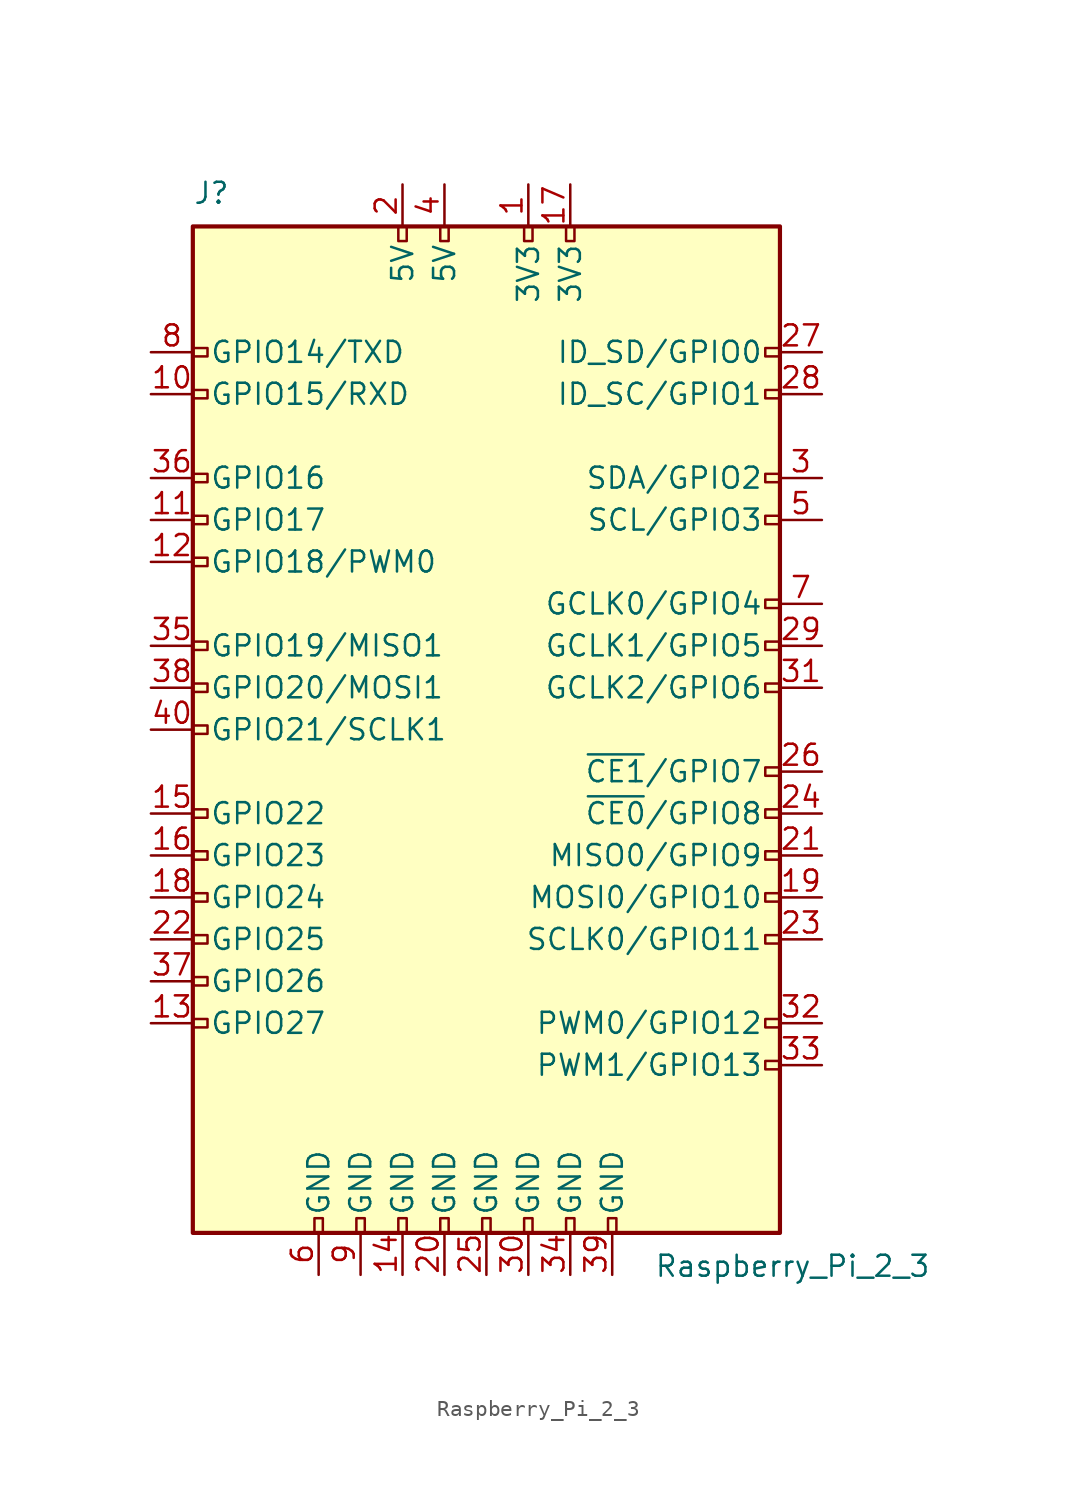
<source format=kicad_sym>
(kicad_symbol_lib
  (version 20211014)
  (generator kicad_symbol_editor)
  (symbol "muonpi-kicad-library:Raspberry_Pi_2_3"
    (pin_names
      (offset 1.016))
    (property "Reference" "J"
      (at -17.78 31.75 0)
      (effects (font (size 1.27 1.27)) (justify left bottom)))
    (property "Value" "Raspberry_Pi_2_3"
      (at 10.16 -31.75 0)
      (effects (font (size 1.27 1.27)) (justify left top)))
    (symbol "Raspberry_Pi_2_3_0_1"
      (rectangle (start -17.78 30.48) (end 17.78 -30.48) (stroke (width 0.254) (type default) (color 0 0 0 0)) (fill (type background))))
    (symbol "Raspberry_Pi_2_3_1_1"
      (rectangle (start -16.891 -17.526) (end -17.78 -18.034) (stroke (width 0) (type default) (color 0 0 0 0)) (fill (type none)))
      (rectangle (start -16.891 -14.986) (end -17.78 -15.494) (stroke (width 0) (type default) (color 0 0 0 0)) (fill (type none)))
      (rectangle (start -16.891 -12.446) (end -17.78 -12.954) (stroke (width 0) (type default) (color 0 0 0 0)) (fill (type none)))
      (rectangle (start -16.891 -9.906) (end -17.78 -10.414) (stroke (width 0) (type default) (color 0 0 0 0)) (fill (type none)))
      (rectangle (start -16.891 -7.366) (end -17.78 -7.874) (stroke (width 0) (type default) (color 0 0 0 0)) (fill (type none)))
      (rectangle (start -16.891 -4.826) (end -17.78 -5.334) (stroke (width 0) (type default) (color 0 0 0 0)) (fill (type none)))
      (rectangle (start -16.891 0.254) (end -17.78 -0.254) (stroke (width 0) (type default) (color 0 0 0 0)) (fill (type none)))
      (rectangle (start -16.891 2.794) (end -17.78 2.286) (stroke (width 0) (type default) (color 0 0 0 0)) (fill (type none)))
      (rectangle (start -16.891 5.334) (end -17.78 4.826) (stroke (width 0) (type default) (color 0 0 0 0)) (fill (type none)))
      (rectangle (start -16.891 10.414) (end -17.78 9.906) (stroke (width 0) (type default) (color 0 0 0 0)) (fill (type none)))
      (rectangle (start -16.891 12.954) (end -17.78 12.446) (stroke (width 0) (type default) (color 0 0 0 0)) (fill (type none)))
      (rectangle (start -16.891 15.494) (end -17.78 14.986) (stroke (width 0) (type default) (color 0 0 0 0)) (fill (type none)))
      (rectangle (start -16.891 20.574) (end -17.78 20.066) (stroke (width 0) (type default) (color 0 0 0 0)) (fill (type none)))
      (rectangle (start -16.891 23.114) (end -17.78 22.606) (stroke (width 0) (type default) (color 0 0 0 0)) (fill (type none)))
      (rectangle (start -10.414 -29.591) (end -9.906 -30.48) (stroke (width 0) (type default) (color 0 0 0 0)) (fill (type none)))
      (rectangle (start -7.874 -29.591) (end -7.366 -30.48) (stroke (width 0) (type default) (color 0 0 0 0)) (fill (type none)))
      (rectangle (start -5.334 -29.591) (end -4.826 -30.48) (stroke (width 0) (type default) (color 0 0 0 0)) (fill (type none)))
      (rectangle (start -5.334 30.48) (end -4.826 29.591) (stroke (width 0) (type default) (color 0 0 0 0)) (fill (type none)))
      (rectangle (start -2.794 -29.591) (end -2.286 -30.48) (stroke (width 0) (type default) (color 0 0 0 0)) (fill (type none)))
      (rectangle (start -2.794 30.48) (end -2.286 29.591) (stroke (width 0) (type default) (color 0 0 0 0)) (fill (type none)))
      (rectangle (start -0.254 -29.591) (end 0.254 -30.48) (stroke (width 0) (type default) (color 0 0 0 0)) (fill (type none)))
      (rectangle (start 2.286 -29.591) (end 2.794 -30.48) (stroke (width 0) (type default) (color 0 0 0 0)) (fill (type none)))
      (rectangle (start 2.286 30.48) (end 2.794 29.591) (stroke (width 0) (type default) (color 0 0 0 0)) (fill (type none)))
      (rectangle (start 4.826 -29.591) (end 5.334 -30.48) (stroke (width 0) (type default) (color 0 0 0 0)) (fill (type none)))
      (rectangle (start 4.826 30.48) (end 5.334 29.591) (stroke (width 0) (type default) (color 0 0 0 0)) (fill (type none)))
      (rectangle (start 7.366 -29.591) (end 7.874 -30.48) (stroke (width 0) (type default) (color 0 0 0 0)) (fill (type none)))
      (rectangle (start 17.78 -20.066) (end 16.891 -20.574) (stroke (width 0) (type default) (color 0 0 0 0)) (fill (type none)))
      (rectangle (start 17.78 -17.526) (end 16.891 -18.034) (stroke (width 0) (type default) (color 0 0 0 0)) (fill (type none)))
      (rectangle (start 17.78 -12.446) (end 16.891 -12.954) (stroke (width 0) (type default) (color 0 0 0 0)) (fill (type none)))
      (rectangle (start 17.78 -9.906) (end 16.891 -10.414) (stroke (width 0) (type default) (color 0 0 0 0)) (fill (type none)))
      (rectangle (start 17.78 -7.366) (end 16.891 -7.874) (stroke (width 0) (type default) (color 0 0 0 0)) (fill (type none)))
      (rectangle (start 17.78 -4.826) (end 16.891 -5.334) (stroke (width 0) (type default) (color 0 0 0 0)) (fill (type none)))
      (rectangle (start 17.78 -2.286) (end 16.891 -2.794) (stroke (width 0) (type default) (color 0 0 0 0)) (fill (type none)))
      (rectangle (start 17.78 2.794) (end 16.891 2.286) (stroke (width 0) (type default) (color 0 0 0 0)) (fill (type none)))
      (rectangle (start 17.78 5.334) (end 16.891 4.826) (stroke (width 0) (type default) (color 0 0 0 0)) (fill (type none)))
      (rectangle (start 17.78 7.874) (end 16.891 7.366) (stroke (width 0) (type default) (color 0 0 0 0)) (fill (type none)))
      (rectangle (start 17.78 12.954) (end 16.891 12.446) (stroke (width 0) (type default) (color 0 0 0 0)) (fill (type none)))
      (rectangle (start 17.78 15.494) (end 16.891 14.986) (stroke (width 0) (type default) (color 0 0 0 0)) (fill (type none)))
      (rectangle (start 17.78 20.574) (end 16.891 20.066) (stroke (width 0) (type default) (color 0 0 0 0)) (fill (type none)))
      (rectangle (start 17.78 23.114) (end 16.891 22.606) (stroke (width 0) (type default) (color 0 0 0 0)) (fill (type none)))
      (pin power_in line (at 2.54 33.02 270) (length 2.54) (name "3V3" (effects (font (size 1.27 1.27)))) (number "1" (effects (font (size 1.27 1.27)))))
      (pin bidirectional line (at -20.32 20.32 0) (length 2.54) (name "GPIO15/RXD" (effects (font (size 1.27 1.27)))) (number "10" (effects (font (size 1.27 1.27)))))
      (pin bidirectional line (at -20.32 12.7 0) (length 2.54) (name "GPIO17" (effects (font (size 1.27 1.27)))) (number "11" (effects (font (size 1.27 1.27)))))
      (pin bidirectional line (at -20.32 10.16 0) (length 2.54) (name "GPIO18/PWM0" (effects (font (size 1.27 1.27)))) (number "12" (effects (font (size 1.27 1.27)))))
      (pin bidirectional line (at -20.32 -17.78 0) (length 2.54) (name "GPIO27" (effects (font (size 1.27 1.27)))) (number "13" (effects (font (size 1.27 1.27)))))
      (pin power_in line (at -5.08 -33.02 90) (length 2.54) (name "GND" (effects (font (size 1.27 1.27)))) (number "14" (effects (font (size 1.27 1.27)))))
      (pin bidirectional line (at -20.32 -5.08 0) (length 2.54) (name "GPIO22" (effects (font (size 1.27 1.27)))) (number "15" (effects (font (size 1.27 1.27)))))
      (pin bidirectional line (at -20.32 -7.62 0) (length 2.54) (name "GPIO23" (effects (font (size 1.27 1.27)))) (number "16" (effects (font (size 1.27 1.27)))))
      (pin power_out line (at 5.08 33.02 270) (length 2.54) (name "3V3" (effects (font (size 1.27 1.27)))) (number "17" (effects (font (size 1.27 1.27)))))
      (pin bidirectional line (at -20.32 -10.16 0) (length 2.54) (name "GPIO24" (effects (font (size 1.27 1.27)))) (number "18" (effects (font (size 1.27 1.27)))))
      (pin bidirectional line (at 20.32 -10.16 180) (length 2.54) (name "MOSI0/GPIO10" (effects (font (size 1.27 1.27)))) (number "19" (effects (font (size 1.27 1.27)))))
      (pin power_in line (at -5.08 33.02 270) (length 2.54) (name "5V" (effects (font (size 1.27 1.27)))) (number "2" (effects (font (size 1.27 1.27)))))
      (pin power_in line (at -2.54 -33.02 90) (length 2.54) (name "GND" (effects (font (size 1.27 1.27)))) (number "20" (effects (font (size 1.27 1.27)))))
      (pin bidirectional line (at 20.32 -7.62 180) (length 2.54) (name "MISO0/GPIO9" (effects (font (size 1.27 1.27)))) (number "21" (effects (font (size 1.27 1.27)))))
      (pin bidirectional line (at -20.32 -12.7 0) (length 2.54) (name "GPIO25" (effects (font (size 1.27 1.27)))) (number "22" (effects (font (size 1.27 1.27)))))
      (pin bidirectional line (at 20.32 -12.7 180) (length 2.54) (name "SCLK0/GPIO11" (effects (font (size 1.27 1.27)))) (number "23" (effects (font (size 1.27 1.27)))))
      (pin bidirectional line (at 20.32 -5.08 180) (length 2.54) (name "~{CE0}/GPIO8" (effects (font (size 1.27 1.27)))) (number "24" (effects (font (size 1.27 1.27)))))
      (pin power_in line (at 0 -33.02 90) (length 2.54) (name "GND" (effects (font (size 1.27 1.27)))) (number "25" (effects (font (size 1.27 1.27)))))
      (pin bidirectional line (at 20.32 -2.54 180) (length 2.54) (name "~{CE1}/GPIO7" (effects (font (size 1.27 1.27)))) (number "26" (effects (font (size 1.27 1.27)))))
      (pin bidirectional line (at 20.32 22.86 180) (length 2.54) (name "ID_SD/GPIO0" (effects (font (size 1.27 1.27)))) (number "27" (effects (font (size 1.27 1.27)))))
      (pin bidirectional line (at 20.32 20.32 180) (length 2.54) (name "ID_SC/GPIO1" (effects (font (size 1.27 1.27)))) (number "28" (effects (font (size 1.27 1.27)))))
      (pin bidirectional line (at 20.32 5.08 180) (length 2.54) (name "GCLK1/GPIO5" (effects (font (size 1.27 1.27)))) (number "29" (effects (font (size 1.27 1.27)))))
      (pin bidirectional line (at 20.32 15.24 180) (length 2.54) (name "SDA/GPIO2" (effects (font (size 1.27 1.27)))) (number "3" (effects (font (size 1.27 1.27)))))
      (pin power_in line (at 2.54 -33.02 90) (length 2.54) (name "GND" (effects (font (size 1.27 1.27)))) (number "30" (effects (font (size 1.27 1.27)))))
      (pin bidirectional line (at 20.32 2.54 180) (length 2.54) (name "GCLK2/GPIO6" (effects (font (size 1.27 1.27)))) (number "31" (effects (font (size 1.27 1.27)))))
      (pin bidirectional line (at 20.32 -17.78 180) (length 2.54) (name "PWM0/GPIO12" (effects (font (size 1.27 1.27)))) (number "32" (effects (font (size 1.27 1.27)))))
      (pin bidirectional line (at 20.32 -20.32 180) (length 2.54) (name "PWM1/GPIO13" (effects (font (size 1.27 1.27)))) (number "33" (effects (font (size 1.27 1.27)))))
      (pin power_in line (at 5.08 -33.02 90) (length 2.54) (name "GND" (effects (font (size 1.27 1.27)))) (number "34" (effects (font (size 1.27 1.27)))))
      (pin bidirectional line (at -20.32 5.08 0) (length 2.54) (name "GPIO19/MISO1" (effects (font (size 1.27 1.27)))) (number "35" (effects (font (size 1.27 1.27)))))
      (pin bidirectional line (at -20.32 15.24 0) (length 2.54) (name "GPIO16" (effects (font (size 1.27 1.27)))) (number "36" (effects (font (size 1.27 1.27)))))
      (pin bidirectional line (at -20.32 -15.24 0) (length 2.54) (name "GPIO26" (effects (font (size 1.27 1.27)))) (number "37" (effects (font (size 1.27 1.27)))))
      (pin bidirectional line (at -20.32 2.54 0) (length 2.54) (name "GPIO20/MOSI1" (effects (font (size 1.27 1.27)))) (number "38" (effects (font (size 1.27 1.27)))))
      (pin power_out line (at 7.62 -33.02 90) (length 2.54) (name "GND" (effects (font (size 1.27 1.27)))) (number "39" (effects (font (size 1.27 1.27)))))
      (pin power_out line (at -2.54 33.02 270) (length 2.54) (name "5V" (effects (font (size 1.27 1.27)))) (number "4" (effects (font (size 1.27 1.27)))))
      (pin bidirectional line (at -20.32 0 0) (length 2.54) (name "GPIO21/SCLK1" (effects (font (size 1.27 1.27)))) (number "40" (effects (font (size 1.27 1.27)))))
      (pin bidirectional line (at 20.32 12.7 180) (length 2.54) (name "SCL/GPIO3" (effects (font (size 1.27 1.27)))) (number "5" (effects (font (size 1.27 1.27)))))
      (pin power_in line (at -10.16 -33.02 90) (length 2.54) (name "GND" (effects (font (size 1.27 1.27)))) (number "6" (effects (font (size 1.27 1.27)))))
      (pin bidirectional line (at 20.32 7.62 180) (length 2.54) (name "GCLK0/GPIO4" (effects (font (size 1.27 1.27)))) (number "7" (effects (font (size 1.27 1.27)))))
      (pin bidirectional line (at -20.32 22.86 0) (length 2.54) (name "GPIO14/TXD" (effects (font (size 1.27 1.27)))) (number "8" (effects (font (size 1.27 1.27)))))
      (pin power_in line (at -7.62 -33.02 90) (length 2.54) (name "GND" (effects (font (size 1.27 1.27)))) (number "9" (effects (font (size 1.27 1.27))))))))
</source>
